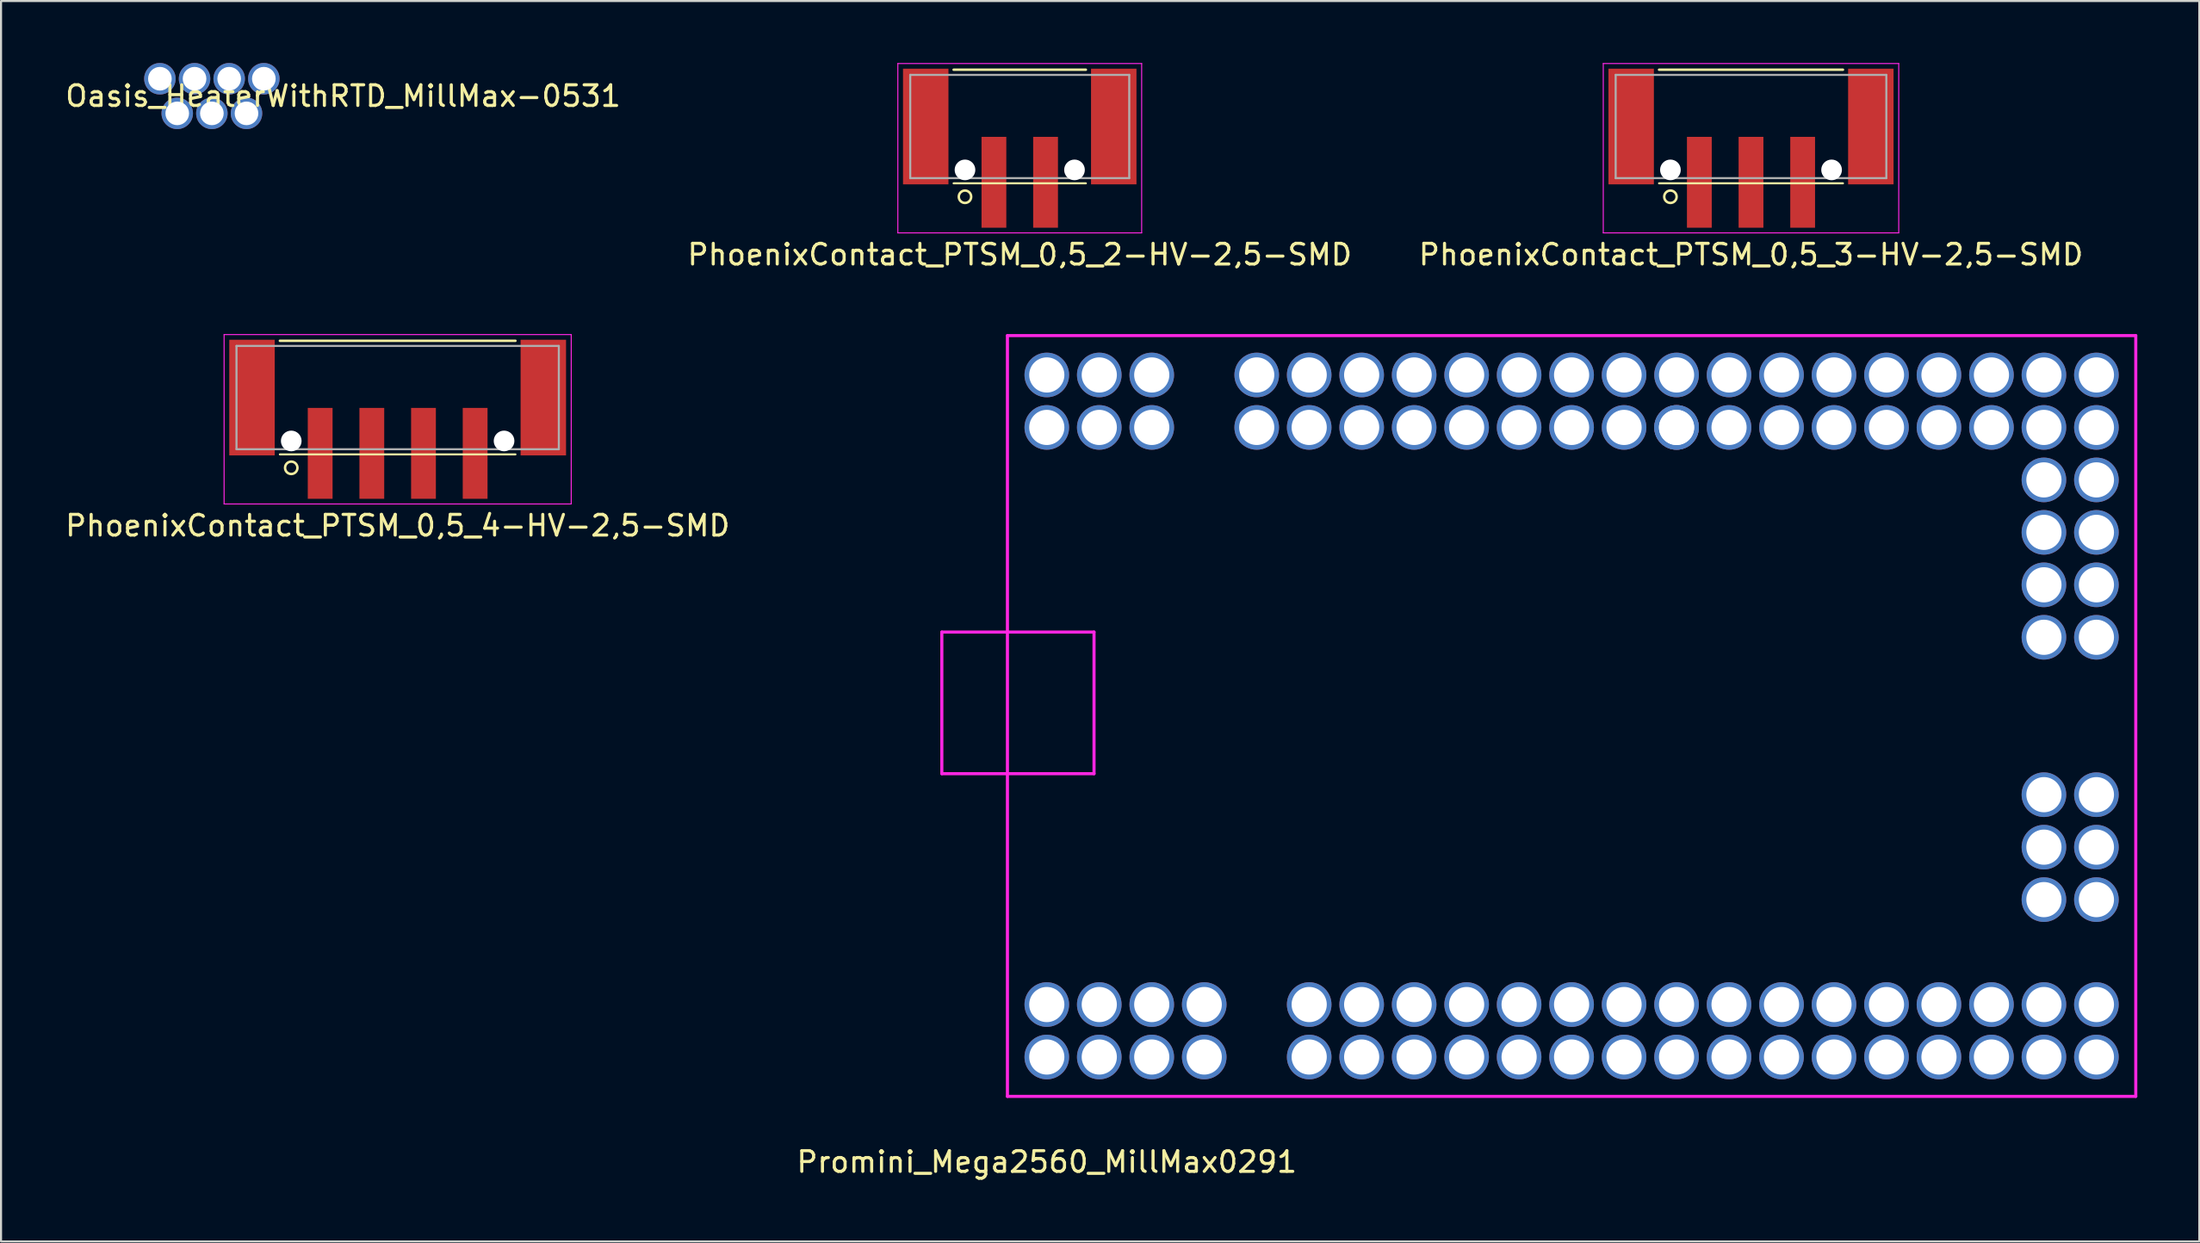
<source format=kicad_pcb>
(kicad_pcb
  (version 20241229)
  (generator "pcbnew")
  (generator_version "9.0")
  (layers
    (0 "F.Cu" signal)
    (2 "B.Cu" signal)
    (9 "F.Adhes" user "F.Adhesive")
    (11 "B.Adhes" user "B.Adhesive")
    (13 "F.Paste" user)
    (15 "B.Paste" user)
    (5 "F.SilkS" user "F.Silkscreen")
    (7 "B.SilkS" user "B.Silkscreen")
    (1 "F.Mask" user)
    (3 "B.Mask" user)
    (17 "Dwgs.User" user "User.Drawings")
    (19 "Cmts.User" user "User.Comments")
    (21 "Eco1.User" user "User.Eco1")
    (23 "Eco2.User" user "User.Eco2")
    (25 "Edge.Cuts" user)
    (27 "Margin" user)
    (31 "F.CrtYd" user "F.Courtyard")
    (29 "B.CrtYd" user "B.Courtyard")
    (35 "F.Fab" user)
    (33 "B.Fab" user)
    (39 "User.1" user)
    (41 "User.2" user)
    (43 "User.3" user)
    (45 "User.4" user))
  (footprint "PhoenixContact_PTSM_0,5_3-HV-2,5-SMD"
    (layer "F.Cu")
    (at 81.696 3.075)
    (property "Reference" "PhoenixContact_PTSM_0,5_3-HV-2,5-SMD" (at 0 6.2 0) (layer "F.SilkS") (effects (font (size 1 1) (thickness 0.15))))
    (attr through_hole)
    (fp_line (start -4.45 -2.75) (end 4.45 -2.75) (stroke (width 0.12) (type solid)) (layer "F.SilkS"))
    (fp_line (start -4.45 2.75) (end 4.45 2.75) (stroke (width 0.1) (type solid)) (layer "F.SilkS"))
    (fp_circle (center -3.9 3.4) (end -4.2 3.4) (stroke (width 0.12) (type solid)) (fill no) (layer "F.SilkS"))
    (fp_line (start -7.15 -3.05) (end 7.15 -3.05) (stroke (width 0.05) (type solid)) (layer "F.CrtYd"))
    (fp_line (start -7.15 5.15) (end -7.15 -3.05) (stroke (width 0.05) (type solid)) (layer "F.CrtYd"))
    (fp_line (start 7.15 -3.05) (end 7.15 5.15) (stroke (width 0.05) (type solid)) (layer "F.CrtYd"))
    (fp_line (start 7.15 5.15) (end -7.15 5.15) (stroke (width 0.05) (type solid)) (layer "F.CrtYd"))
    (fp_line (start -6.55 -2.5) (end -6.55 2.5) (stroke (width 0.1) (type solid)) (layer "F.Fab"))
    (fp_line (start -6.55 -2.5) (end 6.55 -2.5) (stroke (width 0.1) (type solid)) (layer "F.Fab"))
    (fp_line (start -6.55 2.5) (end 6.55 2.5) (stroke (width 0.1) (type solid)) (layer "F.Fab"))
    (fp_line (start 6.55 -2.5) (end 6.55 2.5) (stroke (width 0.1) (type solid)) (layer "F.Fab"))
    (pad "" smd rect (at -5.8 0) (size 2.2 5.6) (layers "F.Cu" "F.Mask" "F.Paste"))
    (pad "" np_thru_hole circle (at -3.9 2.1) (size 1 1) (drill 1) (layers "*.Cu" "*.Mask"))
    (pad "" np_thru_hole circle (at 3.9 2.1) (size 1 1) (drill 1) (layers "*.Cu" "*.Mask"))
    (pad "" smd rect (at 5.8 0) (size 2.2 5.6) (layers "F.Cu" "F.Mask" "F.Paste"))
    (pad "1" smd rect (at -2.5 2.7) (size 1.2 4.4) (layers "F.Cu" "F.Mask" "F.Paste"))
    (pad "2" smd rect (at 0 2.7) (size 1.2 4.4) (layers "F.Cu" "F.Mask" "F.Paste"))
    (pad "3" smd rect (at 2.5 2.7) (size 1.2 4.4) (layers "F.Cu" "F.Mask" "F.Paste")))
  (footprint "PhoenixContact_PTSM_0,5_2-HV-2,5-SMD"
    (layer "F.Cu")
    (at 46.304 3.075)
    (property "Reference" "PhoenixContact_PTSM_0,5_2-HV-2,5-SMD" (at 0 6.2 0) (layer "F.SilkS") (effects (font (size 1 1) (thickness 0.15))))
    (attr through_hole)
    (fp_line (start -3.2 -2.75) (end 3.2 -2.75) (stroke (width 0.12) (type solid)) (layer "F.SilkS"))
    (fp_line (start -3.2 2.75) (end 3.2 2.75) (stroke (width 0.1) (type solid)) (layer "F.SilkS"))
    (fp_circle (center -2.65 3.4) (end -2.95 3.4) (stroke (width 0.12) (type solid)) (fill no) (layer "F.SilkS"))
    (fp_line (start -5.9 -3.05) (end 5.9 -3.05) (stroke (width 0.05) (type solid)) (layer "F.CrtYd"))
    (fp_line (start -5.9 5.15) (end -5.9 -3.05) (stroke (width 0.05) (type solid)) (layer "F.CrtYd"))
    (fp_line (start 5.9 -3.05) (end 5.9 5.15) (stroke (width 0.05) (type solid)) (layer "F.CrtYd"))
    (fp_line (start 5.9 5.15) (end -5.9 5.15) (stroke (width 0.05) (type solid)) (layer "F.CrtYd"))
    (fp_line (start -5.3 -2.5) (end -5.3 2.5) (stroke (width 0.1) (type solid)) (layer "F.Fab"))
    (fp_line (start -5.3 -2.5) (end 5.3 -2.5) (stroke (width 0.1) (type solid)) (layer "F.Fab"))
    (fp_line (start -5.3 2.5) (end 5.3 2.5) (stroke (width 0.1) (type solid)) (layer "F.Fab"))
    (fp_line (start 5.3 -2.5) (end 5.3 2.5) (stroke (width 0.1) (type solid)) (layer "F.Fab"))
    (pad "" smd rect (at -4.55 0) (size 2.2 5.6) (layers "F.Cu" "F.Mask" "F.Paste"))
    (pad "" np_thru_hole circle (at -2.65 2.1) (size 1 1) (drill 1) (layers "*.Cu" "*.Mask"))
    (pad "" np_thru_hole circle (at 2.65 2.1) (size 1 1) (drill 1) (layers "*.Cu" "*.Mask"))
    (pad "" smd rect (at 4.55 0) (size 2.2 5.6) (layers "F.Cu" "F.Mask" "F.Paste"))
    (pad "1" smd rect (at -1.25 2.7) (size 1.2 4.4) (layers "F.Cu" "F.Mask" "F.Paste"))
    (pad "2" smd rect (at 1.25 2.7) (size 1.2 4.4) (layers "F.Cu" "F.Mask" "F.Paste")))
  (footprint "PhoenixContact_PTSM_0,5_4-HV-2,5-SMD"
    (layer "F.Cu")
    (at 16.196 16.198)
    (property "Reference" "PhoenixContact_PTSM_0,5_4-HV-2,5-SMD" (at 0 6.2 0) (layer "F.SilkS") (effects (font (size 1 1) (thickness 0.15))))
    (attr through_hole)
    (fp_line (start -5.7 -2.75) (end 5.7 -2.75) (stroke (width 0.12) (type solid)) (layer "F.SilkS"))
    (fp_line (start -5.7 2.75) (end 5.7 2.75) (stroke (width 0.1) (type solid)) (layer "F.SilkS"))
    (fp_circle (center -5.15 3.4) (end -5.45 3.4) (stroke (width 0.12) (type solid)) (fill no) (layer "F.SilkS"))
    (fp_line (start -8.4 -3.05) (end 8.4 -3.05) (stroke (width 0.05) (type solid)) (layer "F.CrtYd"))
    (fp_line (start -8.4 5.15) (end -8.4 -3.05) (stroke (width 0.05) (type solid)) (layer "F.CrtYd"))
    (fp_line (start -8.4 5.15) (end 8.4 5.15) (stroke (width 0.05) (type solid)) (layer "F.CrtYd"))
    (fp_line (start 8.4 -3.05) (end 8.4 5.15) (stroke (width 0.05) (type solid)) (layer "F.CrtYd"))
    (fp_line (start -7.8 -2.5) (end -7.8 2.5) (stroke (width 0.1) (type solid)) (layer "F.Fab"))
    (fp_line (start -7.8 -2.5) (end 7.8 -2.5) (stroke (width 0.1) (type solid)) (layer "F.Fab"))
    (fp_line (start -7.8 2.5) (end 7.8 2.5) (stroke (width 0.1) (type solid)) (layer "F.Fab"))
    (fp_line (start 7.8 -2.5) (end 7.8 2.5) (stroke (width 0.1) (type solid)) (layer "F.Fab"))
    (pad "" smd rect (at -7.05 0) (size 2.2 5.6) (layers "F.Cu" "F.Mask" "F.Paste"))
    (pad "" np_thru_hole circle (at -5.15 2.1) (size 1 1) (drill 1) (layers "*.Cu" "*.Mask"))
    (pad "" np_thru_hole circle (at 5.15 2.1) (size 1 1) (drill 1) (layers "*.Cu" "*.Mask"))
    (pad "" smd rect (at 7.05 0) (size 2.2 5.6) (layers "F.Cu" "F.Mask" "F.Paste"))
    (pad "1" smd rect (at -3.75 2.7) (size 1.2 4.4) (layers "F.Cu" "F.Mask" "F.Paste"))
    (pad "2" smd rect (at -1.25 2.7) (size 1.2 4.4) (layers "F.Cu" "F.Mask" "F.Paste"))
    (pad "3" smd rect (at 1.25 2.7) (size 1.2 4.4) (layers "F.Cu" "F.Mask" "F.Paste"))
    (pad "4" smd rect (at 3.75 2.7) (size 1.2 4.4) (layers "F.Cu" "F.Mask" "F.Paste")))
  (footprint "Oasis_HeaterWithRTD_MillMax-0531"
    (layer "F.Cu")
    (at 7.204 1.6)
    (property "Reference" "Oasis_HeaterWithRTD_MillMax-0531" (at 6.35 0 0) (layer "F.SilkS") (effects (font (size 1 1) (thickness 0.15))))
    (attr through_hole)
    (pad "1" thru_hole circle (at 1.676 0.838) (size 1.524 1.524) (drill 1.143) (layers "*.Cu" "*.Mask"))
    (pad "2" thru_hole circle (at 0 0.838) (size 1.524 1.524) (drill 1.143) (layers "*.Cu" "*.Mask"))
    (pad "3" thru_hole circle (at -1.676 0.838) (size 1.524 1.524) (drill 1.143) (layers "*.Cu" "*.Mask"))
    (pad "4" thru_hole circle (at -2.515 -0.838) (size 1.524 1.524) (drill 1.143) (layers "*.Cu" "*.Mask"))
    (pad "5" thru_hole circle (at -0.838 -0.838) (size 1.524 1.524) (drill 1.143) (layers "*.Cu" "*.Mask"))
    (pad "6" thru_hole circle (at 0.838 -0.838) (size 1.524 1.524) (drill 1.143) (layers "*.Cu" "*.Mask"))
    (pad "7" thru_hole circle (at 2.515 -0.838) (size 1.524 1.524) (drill 1.143) (layers "*.Cu" "*.Mask")))
  (footprint "Promini_Mega2560_MillMax0291"
    (layer "F.Cu")
    (at 47.613 48.123)
    (property "Reference" "Promini_Mega2560_MillMax0291" (at 0 5.08 0) (layer "F.SilkS") (effects (font (size 1 1) (thickness 0.15))))
    (attr through_hole)
    (fp_line (start -5.08 -20.574) (end 2.286 -20.574) (stroke (width 0.15) (type solid)) (layer "F.CrtYd"))
    (fp_line (start -5.08 -13.716) (end -5.08 -20.574) (stroke (width 0.15) (type solid)) (layer "F.CrtYd"))
    (fp_line (start -1.905 -34.925) (end 52.705 -34.925) (stroke (width 0.15) (type solid)) (layer "F.CrtYd"))
    (fp_line (start -1.905 1.905) (end -1.905 -34.925) (stroke (width 0.15) (type solid)) (layer "F.CrtYd"))
    (fp_line (start 2.286 -20.574) (end 2.286 -13.716) (stroke (width 0.15) (type solid)) (layer "F.CrtYd"))
    (fp_line (start 2.286 -13.716) (end -5.08 -13.716) (stroke (width 0.15) (type solid)) (layer "F.CrtYd"))
    (fp_line (start 52.705 -34.925) (end 52.705 1.905) (stroke (width 0.15) (type solid)) (layer "F.CrtYd"))
    (fp_line (start 52.705 1.905) (end -1.905 1.905) (stroke (width 0.15) (type solid)) (layer "F.CrtYd"))
    (pad "1_1" thru_hole circle (at 0 0) (size 2.159 2.159) (drill 1.702) (layers "*.Cu" "*.Mask"))
    (pad "1_2" thru_hole circle (at 0 -2.54) (size 2.159 2.159) (drill 1.702) (layers "*.Cu" "*.Mask"))
    (pad "1_3" thru_hole circle (at 2.54 0) (size 2.159 2.159) (drill 1.702) (layers "*.Cu" "*.Mask"))
    (pad "1_4" thru_hole circle (at 2.54 -2.54) (size 2.159 2.159) (drill 1.702) (layers "*.Cu" "*.Mask"))
    (pad "1_5" thru_hole circle (at 5.08 0) (size 2.159 2.159) (drill 1.702) (layers "*.Cu" "*.Mask"))
    (pad "1_6" thru_hole circle (at 5.08 -2.54) (size 2.159 2.159) (drill 1.702) (layers "*.Cu" "*.Mask"))
    (pad "1_7" thru_hole circle (at 7.62 0) (size 2.159 2.159) (drill 1.702) (layers "*.Cu" "*.Mask"))
    (pad "1_8" thru_hole circle (at 7.62 -2.54) (size 2.159 2.159) (drill 1.702) (layers "*.Cu" "*.Mask"))
    (pad "2_1" thru_hole circle (at 12.7 0) (size 2.159 2.159) (drill 1.702) (layers "*.Cu" "*.Mask"))
    (pad "2_2" thru_hole circle (at 12.7 -2.54) (size 2.159 2.159) (drill 1.702) (layers "*.Cu" "*.Mask"))
    (pad "2_3" thru_hole circle (at 15.24 0) (size 2.159 2.159) (drill 1.702) (layers "*.Cu" "*.Mask"))
    (pad "2_4" thru_hole circle (at 15.24 -2.54) (size 2.159 2.159) (drill 1.702) (layers "*.Cu" "*.Mask"))
    (pad "2_5" thru_hole circle (at 17.78 0) (size 2.159 2.159) (drill 1.702) (layers "*.Cu" "*.Mask"))
    (pad "2_6" thru_hole circle (at 17.78 -2.54) (size 2.159 2.159) (drill 1.702) (layers "*.Cu" "*.Mask"))
    (pad "2_7" thru_hole circle (at 20.32 0) (size 2.159 2.159) (drill 1.702) (layers "*.Cu" "*.Mask"))
    (pad "2_8" thru_hole circle (at 20.32 -2.54) (size 2.159 2.159) (drill 1.702) (layers "*.Cu" "*.Mask"))
    (pad "2_9" thru_hole circle (at 22.86 0) (size 2.159 2.159) (drill 1.702) (layers "*.Cu" "*.Mask"))
    (pad "2_10" thru_hole circle (at 22.86 -2.54) (size 2.159 2.159) (drill 1.702) (layers "*.Cu" "*.Mask"))
    (pad "2_11" thru_hole circle (at 25.4 0) (size 2.159 2.159) (drill 1.702) (layers "*.Cu" "*.Mask"))
    (pad "2_12" thru_hole circle (at 25.4 -2.54) (size 2.159 2.159) (drill 1.702) (layers "*.Cu" "*.Mask"))
    (pad "2_13" thru_hole circle (at 27.94 0) (size 2.159 2.159) (drill 1.702) (layers "*.Cu" "*.Mask"))
    (pad "2_14" thru_hole circle (at 27.94 -2.54) (size 2.159 2.159) (drill 1.702) (layers "*.Cu" "*.Mask"))
    (pad "2_15" thru_hole circle (at 30.48 0) (size 2.159 2.159) (drill 1.702) (layers "*.Cu" "*.Mask"))
    (pad "2_16" thru_hole circle (at 30.48 -2.54) (size 2.159 2.159) (drill 1.702) (layers "*.Cu" "*.Mask"))
    (pad "2_17" thru_hole circle (at 33.02 0) (size 2.159 2.159) (drill 1.702) (layers "*.Cu" "*.Mask"))
    (pad "2_18" thru_hole circle (at 33.02 -2.54) (size 2.159 2.159) (drill 1.702) (layers "*.Cu" "*.Mask"))
    (pad "2_19" thru_hole circle (at 35.56 0) (size 2.159 2.159) (drill 1.702) (layers "*.Cu" "*.Mask"))
    (pad "2_20" thru_hole circle (at 35.56 -2.54) (size 2.159 2.159) (drill 1.702) (layers "*.Cu" "*.Mask"))
    (pad "2_21" thru_hole circle (at 38.1 0) (size 2.159 2.159) (drill 1.702) (layers "*.Cu" "*.Mask"))
    (pad "2_22" thru_hole circle (at 38.1 -2.54) (size 2.159 2.159) (drill 1.702) (layers "*.Cu" "*.Mask"))
    (pad "2_23" thru_hole circle (at 40.64 0) (size 2.159 2.159) (drill 1.702) (layers "*.Cu" "*.Mask"))
    (pad "2_24" thru_hole circle (at 40.64 -2.54) (size 2.159 2.159) (drill 1.702) (layers "*.Cu" "*.Mask"))
    (pad "2_25" thru_hole circle (at 43.18 0) (size 2.159 2.159) (drill 1.702) (layers "*.Cu" "*.Mask"))
    (pad "2_26" thru_hole circle (at 43.18 -2.54) (size 2.159 2.159) (drill 1.702) (layers "*.Cu" "*.Mask"))
    (pad "2_27" thru_hole circle (at 45.72 0) (size 2.159 2.159) (drill 1.702) (layers "*.Cu" "*.Mask"))
    (pad "2_28" thru_hole circle (at 45.72 -2.54) (size 2.159 2.159) (drill 1.702) (layers "*.Cu" "*.Mask"))
    (pad "2_29" thru_hole circle (at 48.26 0) (size 2.159 2.159) (drill 1.702) (layers "*.Cu" "*.Mask"))
    (pad "2_30" thru_hole circle (at 48.26 -2.54) (size 2.159 2.159) (drill 1.702) (layers "*.Cu" "*.Mask"))
    (pad "2_31" thru_hole circle (at 50.8 0) (size 2.159 2.159) (drill 1.702) (layers "*.Cu" "*.Mask"))
    (pad "2_32" thru_hole circle (at 50.8 -2.54) (size 2.159 2.159) (drill 1.702) (layers "*.Cu" "*.Mask"))
    (pad "3_1" thru_hole circle (at 48.26 -12.7) (size 2.159 2.159) (drill 1.702) (layers "*.Cu" "*.Mask"))
    (pad "3_2" thru_hole circle (at 50.8 -12.7) (size 2.159 2.159) (drill 1.702) (layers "*.Cu" "*.Mask"))
    (pad "3_3" thru_hole circle (at 48.26 -10.16) (size 2.159 2.159) (drill 1.702) (layers "*.Cu" "*.Mask"))
    (pad "3_4" thru_hole circle (at 50.8 -10.16) (size 2.159 2.159) (drill 1.702) (layers "*.Cu" "*.Mask"))
    (pad "3_5" thru_hole circle (at 48.26 -7.62) (size 2.159 2.159) (drill 1.702) (layers "*.Cu" "*.Mask"))
    (pad "3_6" thru_hole circle (at 50.8 -7.62) (size 2.159 2.159) (drill 1.702) (layers "*.Cu" "*.Mask"))
    (pad "4_1" thru_hole circle (at 48.26 -27.94) (size 2.159 2.159) (drill 1.702) (layers "*.Cu" "*.Mask"))
    (pad "4_2" thru_hole circle (at 50.8 -27.94) (size 2.159 2.159) (drill 1.702) (layers "*.Cu" "*.Mask"))
    (pad "4_3" thru_hole circle (at 48.26 -25.4) (size 2.159 2.159) (drill 1.702) (layers "*.Cu" "*.Mask"))
    (pad "4_4" thru_hole circle (at 50.8 -25.4) (size 2.159 2.159) (drill 1.702) (layers "*.Cu" "*.Mask"))
    (pad "4_5" thru_hole circle (at 48.26 -22.86) (size 2.159 2.159) (drill 1.702) (layers "*.Cu" "*.Mask"))
    (pad "4_6" thru_hole circle (at 50.8 -22.86) (size 2.159 2.159) (drill 1.702) (layers "*.Cu" "*.Mask"))
    (pad "4_7" thru_hole circle (at 48.26 -20.32) (size 2.159 2.159) (drill 1.702) (layers "*.Cu" "*.Mask"))
    (pad "4_8" thru_hole circle (at 50.8 -20.32) (size 2.159 2.159) (drill 1.702) (layers "*.Cu" "*.Mask"))
    (pad "5_1" thru_hole circle (at 10.16 -30.48) (size 2.159 2.159) (drill 1.702) (layers "*.Cu" "*.Mask"))
    (pad "5_2" thru_hole circle (at 10.16 -33.02) (size 2.159 2.159) (drill 1.702) (layers "*.Cu" "*.Mask"))
    (pad "5_3" thru_hole circle (at 12.7 -30.48) (size 2.159 2.159) (drill 1.702) (layers "*.Cu" "*.Mask"))
    (pad "5_4" thru_hole circle (at 12.7 -33.02) (size 2.159 2.159) (drill 1.702) (layers "*.Cu" "*.Mask"))
    (pad "5_5" thru_hole circle (at 15.24 -30.48) (size 2.159 2.159) (drill 1.702) (layers "*.Cu" "*.Mask"))
    (pad "5_6" thru_hole circle (at 15.24 -33.02) (size 2.159 2.159) (drill 1.702) (layers "*.Cu" "*.Mask"))
    (pad "5_7" thru_hole circle (at 17.78 -30.48) (size 2.159 2.159) (drill 1.702) (layers "*.Cu" "*.Mask"))
    (pad "5_8" thru_hole circle (at 17.78 -33.02) (size 2.159 2.159) (drill 1.702) (layers "*.Cu" "*.Mask"))
    (pad "5_9" thru_hole circle (at 20.32 -30.48) (size 2.159 2.159) (drill 1.702) (layers "*.Cu" "*.Mask"))
    (pad "5_10" thru_hole circle (at 20.32 -33.02) (size 2.159 2.159) (drill 1.702) (layers "*.Cu" "*.Mask"))
    (pad "5_11" thru_hole circle (at 22.86 -30.48) (size 2.159 2.159) (drill 1.702) (layers "*.Cu" "*.Mask"))
    (pad "5_12" thru_hole circle (at 22.86 -33.02) (size 2.159 2.159) (drill 1.702) (layers "*.Cu" "*.Mask"))
    (pad "5_13" thru_hole circle (at 25.4 -30.48) (size 2.159 2.159) (drill 1.702) (layers "*.Cu" "*.Mask"))
    (pad "5_14" thru_hole circle (at 25.4 -33.02) (size 2.159 2.159) (drill 1.702) (layers "*.Cu" "*.Mask"))
    (pad "5_15" thru_hole circle (at 27.94 -30.48) (size 2.159 2.159) (drill 1.702) (layers "*.Cu" "*.Mask"))
    (pad "5_16" thru_hole circle (at 27.94 -33.02) (size 2.159 2.159) (drill 1.702) (layers "*.Cu" "*.Mask"))
    (pad "5_17" thru_hole circle (at 30.48 -30.48) (size 2.159 2.159) (drill 1.702) (layers "*.Cu" "*.Mask"))
    (pad "5_18" thru_hole circle (at 30.48 -30.48) (size 2.159 2.159) (drill 1.702) (layers "*.Cu" "*.Mask"))
    (pad "5_19" thru_hole circle (at 30.48 -33.02) (size 2.159 2.159) (drill 1.702) (layers "*.Cu" "*.Mask"))
    (pad "5_20" thru_hole circle (at 33.02 -30.48) (size 2.159 2.159) (drill 1.702) (layers "*.Cu" "*.Mask"))
    (pad "5_21" thru_hole circle (at 33.02 -33.02) (size 2.159 2.159) (drill 1.702) (layers "*.Cu" "*.Mask"))
    (pad "5_22" thru_hole circle (at 35.56 -30.48) (size 2.159 2.159) (drill 1.702) (layers "*.Cu" "*.Mask"))
    (pad "5_23" thru_hole circle (at 35.56 -33.02) (size 2.159 2.159) (drill 1.702) (layers "*.Cu" "*.Mask"))
    (pad "5_24" thru_hole circle (at 38.1 -30.48) (size 2.159 2.159) (drill 1.702) (layers "*.Cu" "*.Mask"))
    (pad "5_25" thru_hole circle (at 38.1 -33.02) (size 2.159 2.159) (drill 1.702) (layers "*.Cu" "*.Mask"))
    (pad "5_26" thru_hole circle (at 40.64 -30.48) (size 2.159 2.159) (drill 1.702) (layers "*.Cu" "*.Mask"))
    (pad "5_27" thru_hole circle (at 40.64 -33.02) (size 2.159 2.159) (drill 1.702) (layers "*.Cu" "*.Mask"))
    (pad "5_28" thru_hole circle (at 43.18 -30.48) (size 2.159 2.159) (drill 1.702) (layers "*.Cu" "*.Mask"))
    (pad "5_29" thru_hole circle (at 43.18 -33.02) (size 2.159 2.159) (drill 1.702) (layers "*.Cu" "*.Mask"))
    (pad "5_30" thru_hole circle (at 45.72 -30.48) (size 2.159 2.159) (drill 1.702) (layers "*.Cu" "*.Mask"))
    (pad "5_31" thru_hole circle (at 45.72 -33.02) (size 2.159 2.159) (drill 1.702) (layers "*.Cu" "*.Mask"))
    (pad "5_32" thru_hole circle (at 48.26 -30.48) (size 2.159 2.159) (drill 1.702) (layers "*.Cu" "*.Mask"))
    (pad "5_33" thru_hole circle (at 48.26 -33.02) (size 2.159 2.159) (drill 1.702) (layers "*.Cu" "*.Mask"))
    (pad "5_34" thru_hole circle (at 50.8 -30.48) (size 2.159 2.159) (drill 1.702) (layers "*.Cu" "*.Mask"))
    (pad "5_35" thru_hole circle (at 50.8 -33.02) (size 2.159 2.159) (drill 1.702) (layers "*.Cu" "*.Mask"))
    (pad "6_1" thru_hole circle (at 0 -30.48) (size 2.159 2.159) (drill 1.702) (layers "*.Cu" "*.Mask"))
    (pad "6_2" thru_hole circle (at 0 -33.02) (size 2.159 2.159) (drill 1.702) (layers "*.Cu" "*.Mask"))
    (pad "6_3" thru_hole circle (at 2.54 -30.48) (size 2.159 2.159) (drill 1.702) (layers "*.Cu" "*.Mask"))
    (pad "6_4" thru_hole circle (at 2.54 -33.02) (size 2.159 2.159) (drill 1.702) (layers "*.Cu" "*.Mask"))
    (pad "6_5" thru_hole circle (at 5.08 -30.48) (size 2.159 2.159) (drill 1.702) (layers "*.Cu" "*.Mask"))
    (pad "6_6" thru_hole circle (at 5.08 -33.02) (size 2.159 2.159) (drill 1.702) (layers "*.Cu" "*.Mask")))
  (gr_rect
    (start -3 -3)
    (end 103.393 57.051)
    (stroke (width 0.1) (type default))
    (fill no)
    (layer "Edge.Cuts")))
</source>
